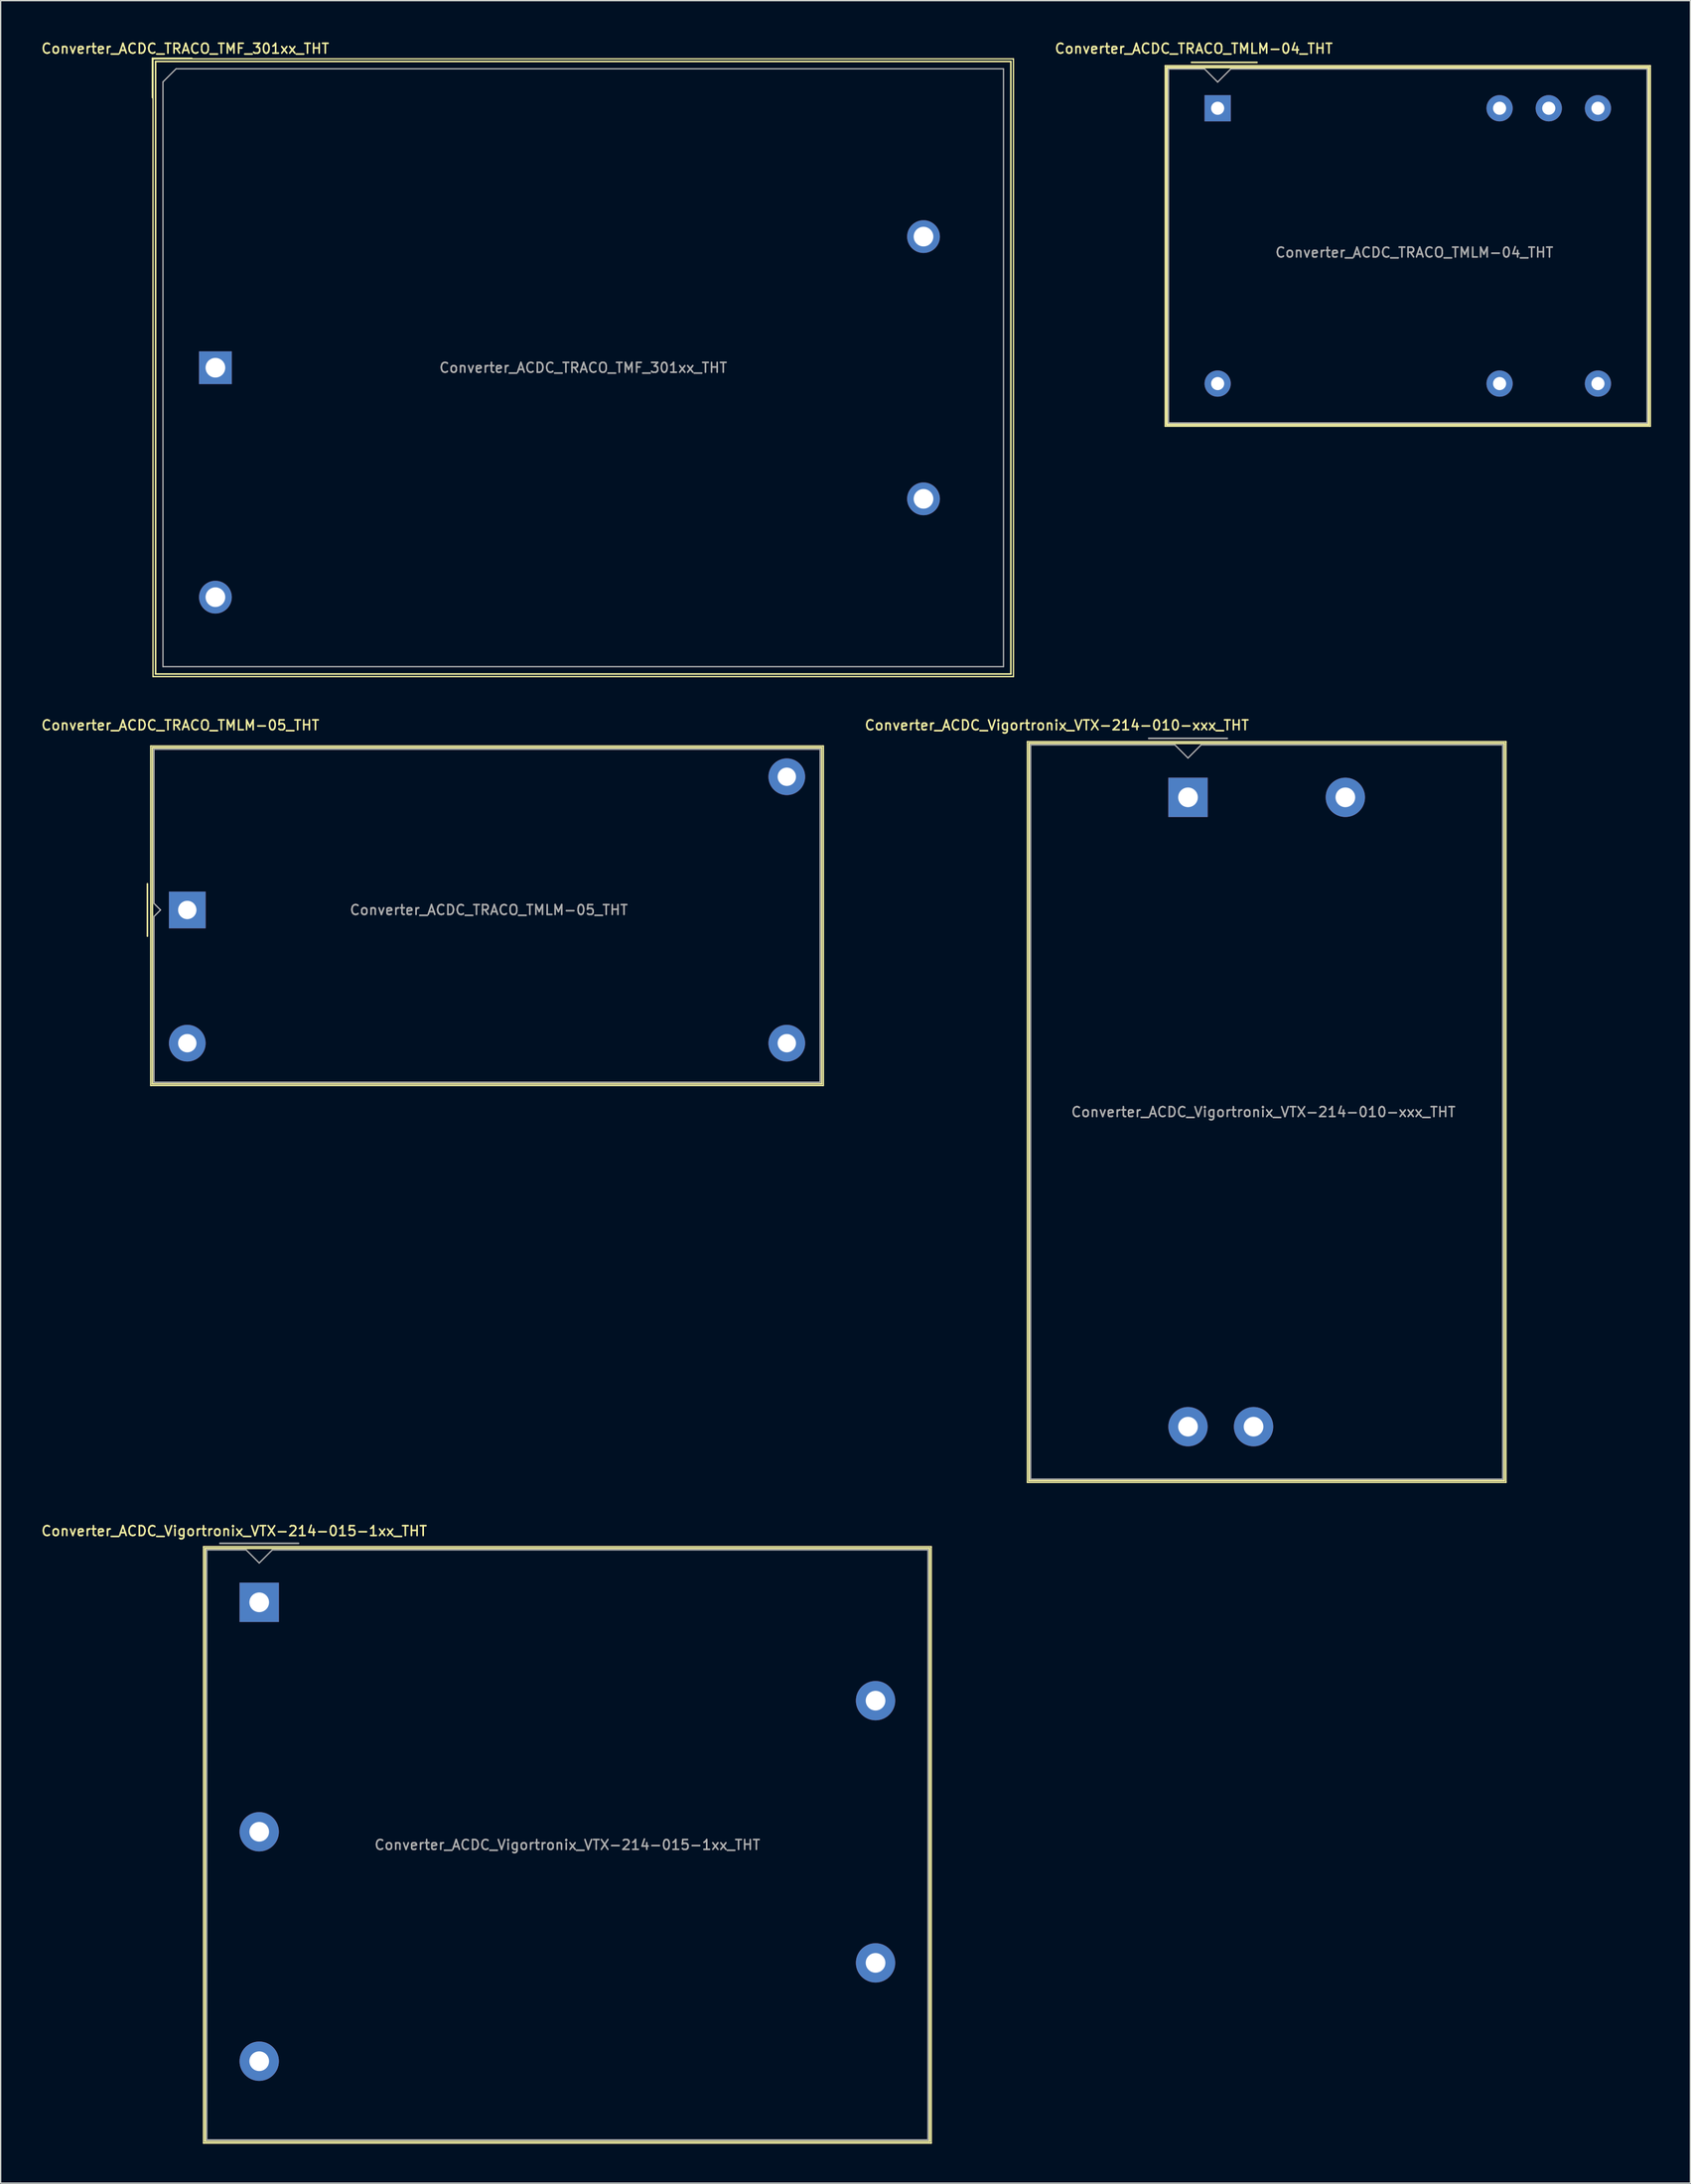
<source format=kicad_pcb>
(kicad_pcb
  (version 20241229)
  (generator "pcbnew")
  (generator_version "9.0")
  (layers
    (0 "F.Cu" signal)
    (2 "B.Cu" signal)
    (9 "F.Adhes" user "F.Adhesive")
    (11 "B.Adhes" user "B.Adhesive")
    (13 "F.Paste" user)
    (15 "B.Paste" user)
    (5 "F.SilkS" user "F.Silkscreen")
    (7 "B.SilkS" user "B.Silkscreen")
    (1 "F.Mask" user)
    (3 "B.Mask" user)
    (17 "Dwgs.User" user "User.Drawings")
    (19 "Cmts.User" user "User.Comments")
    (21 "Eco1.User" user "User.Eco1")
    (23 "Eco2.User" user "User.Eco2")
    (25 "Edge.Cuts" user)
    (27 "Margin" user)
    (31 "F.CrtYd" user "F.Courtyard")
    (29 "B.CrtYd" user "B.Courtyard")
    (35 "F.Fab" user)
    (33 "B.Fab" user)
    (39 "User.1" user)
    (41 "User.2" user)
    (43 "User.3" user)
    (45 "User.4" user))
  (footprint "Converter_ACDC_TRACO_TMF_301xx_THT"
    (layer "F.Cu")
    (at 13.377 24.998)
    (property "Reference" "Converter_ACDC_TRACO_TMF_301xx_THT" (at -2.3 -24.34 0) (layer "F.SilkS") (effects (font (size 0.75 0.75) (thickness 0.125))))
    (attr through_hole)
    (fp_line (start -4.8 -23.6) (end -1.8 -23.6) (stroke (width 0.12) (type solid)) (layer "F.SilkS"))
    (fp_line (start -4.8 -20.6) (end -4.8 -23.6) (stroke (width 0.12) (type solid)) (layer "F.SilkS"))
    (fp_line (start -4.76 -23.56) (end -4.76 23.56) (stroke (width 0.1) (type solid)) (layer "F.SilkS"))
    (fp_line (start -4.76 23.56) (end 60.86 23.56) (stroke (width 0.1) (type solid)) (layer "F.SilkS"))
    (fp_line (start -4.56 -23.36) (end -4.56 23.36) (stroke (width 0.12) (type solid)) (layer "F.SilkS"))
    (fp_line (start -4.56 -23.36) (end 60.66 -23.36) (stroke (width 0.12) (type solid)) (layer "F.SilkS"))
    (fp_line (start -4.56 23.36) (end 60.66 23.36) (stroke (width 0.12) (type solid)) (layer "F.SilkS"))
    (fp_line (start 60.66 -23.36) (end 60.66 23.36) (stroke (width 0.12) (type solid)) (layer "F.SilkS"))
    (fp_line (start 60.86 -23.56) (end -4.76 -23.56) (stroke (width 0.1) (type solid)) (layer "F.SilkS"))
    (fp_line (start 60.86 23.56) (end 60.86 -23.56) (stroke (width 0.1) (type solid)) (layer "F.SilkS"))
    (fp_line (start -4 -21.8) (end -3 -22.8) (stroke (width 0.1) (type solid)) (layer "F.Fab"))
    (fp_line (start -4 22.8) (end -4 -21.8) (stroke (width 0.1) (type solid)) (layer "F.Fab"))
    (fp_line (start -3 -22.8) (end 60.1 -22.8) (stroke (width 0.1) (type solid)) (layer "F.Fab"))
    (fp_line (start 60.1 -22.8) (end 60.1 22.8) (stroke (width 0.1) (type solid)) (layer "F.Fab"))
    (fp_line (start 60.1 22.8) (end -4 22.8) (stroke (width 0.1) (type solid)) (layer "F.Fab"))
    (fp_text user "${REFERENCE}" (at 28.05 0 0) (layer "F.Fab") (effects (font (size 0.75 0.75) (thickness 0.125))))
    (pad "1" thru_hole rect (at 0 0) (size 2.5 2.5) (drill 1.5) (layers "*.Cu" "*.Mask"))
    (pad "2" thru_hole circle (at 0 17.5) (size 2.5 2.5) (drill 1.5) (layers "*.Cu" "*.Mask"))
    (pad "3" thru_hole circle (at 54 -10) (size 2.5 2.5) (drill 1.5) (layers "*.Cu" "*.Mask"))
    (pad "5" thru_hole circle (at 54 10) (size 2.5 2.5) (drill 1.5) (layers "*.Cu" "*.Mask")))
  (footprint "Converter_ACDC_Vigortronix_VTX-214-015-1xx_THT"
    (layer "F.Cu")
    (at 16.719 119.164)
    (property "Reference" "Converter_ACDC_Vigortronix_VTX-214-015-1xx_THT" (at -1.91 -5.44 0) (layer "F.SilkS") (effects (font (size 0.75 0.75) (thickness 0.125))))
    (attr through_hole)
    (fp_line (start -4.25 -4.25) (end 51.25 -4.25) (stroke (width 0.1) (type solid)) (layer "F.SilkS"))
    (fp_line (start -4.25 41.25) (end -4.25 -4.25) (stroke (width 0.1) (type solid)) (layer "F.SilkS"))
    (fp_line (start -4.12 -4.12) (end 51.12 -4.12) (stroke (width 0.12) (type solid)) (layer "F.SilkS"))
    (fp_line (start -4.12 41.12) (end -4.12 -4.12) (stroke (width 0.12) (type solid)) (layer "F.SilkS"))
    (fp_line (start 51.12 -4.12) (end 51.12 41.12) (stroke (width 0.12) (type solid)) (layer "F.SilkS"))
    (fp_line (start 51.12 41.12) (end -4.12 41.12) (stroke (width 0.12) (type solid)) (layer "F.SilkS"))
    (fp_line (start 51.25 -4.25) (end 51.25 41.25) (stroke (width 0.1) (type solid)) (layer "F.SilkS"))
    (fp_line (start 51.25 41.25) (end -4.25 41.25) (stroke (width 0.1) (type solid)) (layer "F.SilkS"))
    (fp_line (start -4 -4) (end -1 -4) (stroke (width 0.1) (type solid)) (layer "F.Fab"))
    (fp_line (start -4 41) (end -4 -4) (stroke (width 0.1) (type solid)) (layer "F.Fab"))
    (fp_line (start -3 -4.5) (end 3 -4.5) (stroke (width 0.12) (type solid)) (layer "F.Fab"))
    (fp_line (start -1 -4) (end 0 -3) (stroke (width 0.1) (type solid)) (layer "F.Fab"))
    (fp_line (start 0 -3) (end 1 -4) (stroke (width 0.1) (type solid)) (layer "F.Fab"))
    (fp_line (start 1 -4) (end 51 -4) (stroke (width 0.1) (type solid)) (layer "F.Fab"))
    (fp_line (start 51 -4) (end 51 41) (stroke (width 0.1) (type solid)) (layer "F.Fab"))
    (fp_line (start 51 41) (end -4 41) (stroke (width 0.1) (type solid)) (layer "F.Fab"))
    (fp_text user "${REFERENCE}" (at 23.5 18.5 0) (layer "F.Fab") (effects (font (size 0.75 0.75) (thickness 0.125))))
    (pad "1" thru_hole rect (at 0 0) (size 3 3) (drill 1.5) (layers "*.Cu" "*.Mask"))
    (pad "2" thru_hole circle (at 0 17.5) (size 3 3) (drill 1.5) (layers "*.Cu" "*.Mask"))
    (pad "3" thru_hole circle (at 0 35) (size 3 3) (drill 1.5) (layers "*.Cu" "*.Mask"))
    (pad "4" thru_hole circle (at 47 27.5) (size 3 3) (drill 1.5) (layers "*.Cu" "*.Mask"))
    (pad "5" thru_hole circle (at 47 7.5) (size 3 3) (drill 1.5) (layers "*.Cu" "*.Mask")))
  (footprint "Converter_ACDC_TRACO_TMLM-05_THT"
    (layer "F.Cu")
    (at 11.232 66.356)
    (property "Reference" "Converter_ACDC_TRACO_TMLM-05_THT" (at -0.53 -14.09 0) (layer "F.SilkS") (effects (font (size 0.75 0.75) (thickness 0.125))))
    (attr through_hole)
    (fp_line (start -3.04 -2) (end -3.04 2) (stroke (width 0.12) (type solid)) (layer "F.SilkS"))
    (fp_line (start -2.79 -12.51) (end -2.79 13.39) (stroke (width 0.1) (type solid)) (layer "F.SilkS"))
    (fp_line (start -2.79 -12.51) (end 48.51 -12.51) (stroke (width 0.1) (type solid)) (layer "F.SilkS"))
    (fp_line (start -2.79 13.39) (end 48.51 13.39) (stroke (width 0.1) (type solid)) (layer "F.SilkS"))
    (fp_line (start -2.66 -12.38) (end 48.38 -12.38) (stroke (width 0.12) (type solid)) (layer "F.SilkS"))
    (fp_line (start -2.66 13.26) (end -2.66 -12.38) (stroke (width 0.12) (type solid)) (layer "F.SilkS"))
    (fp_line (start 48.38 -12.38) (end 48.38 13.26) (stroke (width 0.12) (type solid)) (layer "F.SilkS"))
    (fp_line (start 48.38 13.26) (end -2.66 13.26) (stroke (width 0.12) (type solid)) (layer "F.SilkS"))
    (fp_line (start 48.51 -12.51) (end 48.51 13.39) (stroke (width 0.1) (type solid)) (layer "F.SilkS"))
    (fp_line (start -2.54 -12.26) (end 48.26 -12.26) (stroke (width 0.1) (type solid)) (layer "F.Fab"))
    (fp_line (start -2.54 -0.5) (end -2.54 -12.26) (stroke (width 0.1) (type solid)) (layer "F.Fab"))
    (fp_line (start -2.54 0.5) (end -2.04 0) (stroke (width 0.1) (type solid)) (layer "F.Fab"))
    (fp_line (start -2.54 13.14) (end -2.54 0.5) (stroke (width 0.1) (type solid)) (layer "F.Fab"))
    (fp_line (start -2.04 0) (end -2.54 -0.5) (stroke (width 0.1) (type solid)) (layer "F.Fab"))
    (fp_line (start 48.26 -12.26) (end 48.26 13.14) (stroke (width 0.1) (type solid)) (layer "F.Fab"))
    (fp_line (start 48.26 13.14) (end -2.54 13.14) (stroke (width 0.1) (type solid)) (layer "F.Fab"))
    (fp_text user "${REFERENCE}" (at 23 0 0) (layer "F.Fab") (effects (font (size 0.75 0.75) (thickness 0.125))))
    (pad "1" thru_hole rect (at 0 0) (size 2.8 2.8) (drill 1.4) (layers "*.Cu" "*.Mask"))
    (pad "2" thru_hole circle (at 0 10.16) (size 2.8 2.8) (drill 1.4) (layers "*.Cu" "*.Mask"))
    (pad "3" thru_hole circle (at 45.72 10.16) (size 2.8 2.8) (drill 1.4) (layers "*.Cu" "*.Mask"))
    (pad "4" thru_hole circle (at 45.72 -10.16) (size 2.8 2.8) (drill 1.4) (layers "*.Cu" "*.Mask")))
  (footprint "Converter_ACDC_Vigortronix_VTX-214-010-xxx_THT"
    (layer "F.Cu")
    (at 87.547 57.766)
    (property "Reference" "Converter_ACDC_Vigortronix_VTX-214-010-xxx_THT" (at -10 -5.5 0) (layer "F.SilkS") (effects (font (size 0.75 0.75) (thickness 0.125))))
    (attr through_hole)
    (fp_line (start -12.25 -4.25) (end 24.25 -4.25) (stroke (width 0.1) (type solid)) (layer "F.SilkS"))
    (fp_line (start -12.25 52.25) (end -12.25 -4.25) (stroke (width 0.1) (type solid)) (layer "F.SilkS"))
    (fp_line (start -12.12 -4.12) (end 24.12 -4.12) (stroke (width 0.12) (type solid)) (layer "F.SilkS"))
    (fp_line (start -12.12 52.12) (end -12.12 -4.12) (stroke (width 0.12) (type solid)) (layer "F.SilkS"))
    (fp_line (start 24.12 -4.12) (end 24.12 52.12) (stroke (width 0.12) (type solid)) (layer "F.SilkS"))
    (fp_line (start 24.12 52.12) (end -12.12 52.12) (stroke (width 0.12) (type solid)) (layer "F.SilkS"))
    (fp_line (start 24.25 -4.25) (end 24.25 52.25) (stroke (width 0.1) (type solid)) (layer "F.SilkS"))
    (fp_line (start 24.25 52.25) (end -12.25 52.25) (stroke (width 0.1) (type solid)) (layer "F.SilkS"))
    (fp_line (start -12 -4) (end -1 -4) (stroke (width 0.1) (type solid)) (layer "F.Fab"))
    (fp_line (start -12 52) (end -12 -4) (stroke (width 0.1) (type solid)) (layer "F.Fab"))
    (fp_line (start -3 -4.5) (end 3 -4.5) (stroke (width 0.12) (type solid)) (layer "F.Fab"))
    (fp_line (start -1 -4) (end 0 -3) (stroke (width 0.1) (type solid)) (layer "F.Fab"))
    (fp_line (start 0 -3) (end 1 -4) (stroke (width 0.1) (type solid)) (layer "F.Fab"))
    (fp_line (start 1 -4) (end 24 -4) (stroke (width 0.1) (type solid)) (layer "F.Fab"))
    (fp_line (start 24 -4) (end 24 52) (stroke (width 0.1) (type solid)) (layer "F.Fab"))
    (fp_line (start 24 52) (end -12 52) (stroke (width 0.1) (type solid)) (layer "F.Fab"))
    (fp_text user "${REFERENCE}" (at 5.75 24 0) (layer "F.Fab") (effects (font (size 0.75 0.75) (thickness 0.125))))
    (pad "1" thru_hole rect (at 0 0) (size 3 3) (drill 1.5) (layers "*.Cu" "*.Mask"))
    (pad "2" thru_hole circle (at 12 0) (size 3 3) (drill 1.5) (layers "*.Cu" "*.Mask"))
    (pad "3" thru_hole circle (at 0 48) (size 3 3) (drill 1.5) (layers "*.Cu" "*.Mask"))
    (pad "4" thru_hole circle (at 5 48) (size 3 3) (drill 1.5) (layers "*.Cu" "*.Mask")))
  (footprint "Converter_ACDC_TRACO_TMLM-04_THT"
    (layer "F.Cu")
    (at 89.809 5.208)
    (property "Reference" "Converter_ACDC_TRACO_TMLM-04_THT" (at -1.82 -4.55 0) (layer "F.SilkS") (effects (font (size 0.75 0.75) (thickness 0.125))))
    (attr through_hole)
    (fp_line (start -4 -3.25) (end -4 24.25) (stroke (width 0.1) (type solid)) (layer "F.SilkS"))
    (fp_line (start -4 -3.25) (end 33 -3.25) (stroke (width 0.1) (type solid)) (layer "F.SilkS"))
    (fp_line (start -4 24.25) (end 33 24.25) (stroke (width 0.1) (type solid)) (layer "F.SilkS"))
    (fp_line (start -3.87 -3.12) (end -3.87 24.12) (stroke (width 0.15) (type solid)) (layer "F.SilkS"))
    (fp_line (start -3.87 -3.12) (end 32.87 -3.12) (stroke (width 0.15) (type solid)) (layer "F.SilkS"))
    (fp_line (start -3.87 24.12) (end 32.87 24.12) (stroke (width 0.15) (type solid)) (layer "F.SilkS"))
    (fp_line (start -2 -3.5) (end 3 -3.5) (stroke (width 0.12) (type solid)) (layer "F.SilkS"))
    (fp_line (start 32.87 -3.12) (end 32.87 24.12) (stroke (width 0.15) (type solid)) (layer "F.SilkS"))
    (fp_line (start 33 -3.25) (end 33 24.25) (stroke (width 0.1) (type solid)) (layer "F.SilkS"))
    (fp_line (start -3.75 -3) (end -3.75 24) (stroke (width 0.1) (type solid)) (layer "F.Fab"))
    (fp_line (start -1 -3) (end -3.75 -3) (stroke (width 0.1) (type solid)) (layer "F.Fab"))
    (fp_line (start -1 -3) (end 0 -2) (stroke (width 0.1) (type solid)) (layer "F.Fab"))
    (fp_line (start 0 -2) (end 1 -3) (stroke (width 0.1) (type solid)) (layer "F.Fab"))
    (fp_line (start 1 -3) (end 32.75 -3) (stroke (width 0.1) (type solid)) (layer "F.Fab"))
    (fp_line (start 32.75 -3) (end 32.75 24) (stroke (width 0.1) (type solid)) (layer "F.Fab"))
    (fp_line (start 32.75 24) (end -3.75 24) (stroke (width 0.1) (type solid)) (layer "F.Fab"))
    (fp_text user "${REFERENCE}" (at 15 11 0) (layer "F.Fab") (effects (font (size 0.75 0.75) (thickness 0.125))))
    (pad "1" thru_hole rect (at 0 0) (size 2 2) (drill 1) (layers "*.Cu" "*.Mask"))
    (pad "2" thru_hole circle (at 21.5 0) (size 2 2) (drill 1) (layers "*.Cu" "*.Mask"))
    (pad "3" thru_hole circle (at 25.25 0) (size 2 2) (drill 1) (layers "*.Cu" "*.Mask"))
    (pad "4" thru_hole circle (at 29 0) (size 2 2) (drill 1) (layers "*.Cu" "*.Mask"))
    (pad "5" thru_hole circle (at 29 21) (size 2 2) (drill 1) (layers "*.Cu" "*.Mask"))
    (pad "6" thru_hole circle (at 21.5 21) (size 2 2) (drill 1) (layers "*.Cu" "*.Mask"))
    (pad "7" thru_hole circle (at 0 21) (size 2 2) (drill 1) (layers "*.Cu" "*.Mask")))
  (gr_rect
    (start -3 -3)
    (end 125.859 163.464)
    (stroke (width 0.1) (type default))
    (fill no)
    (layer "Edge.Cuts")))
</source>
